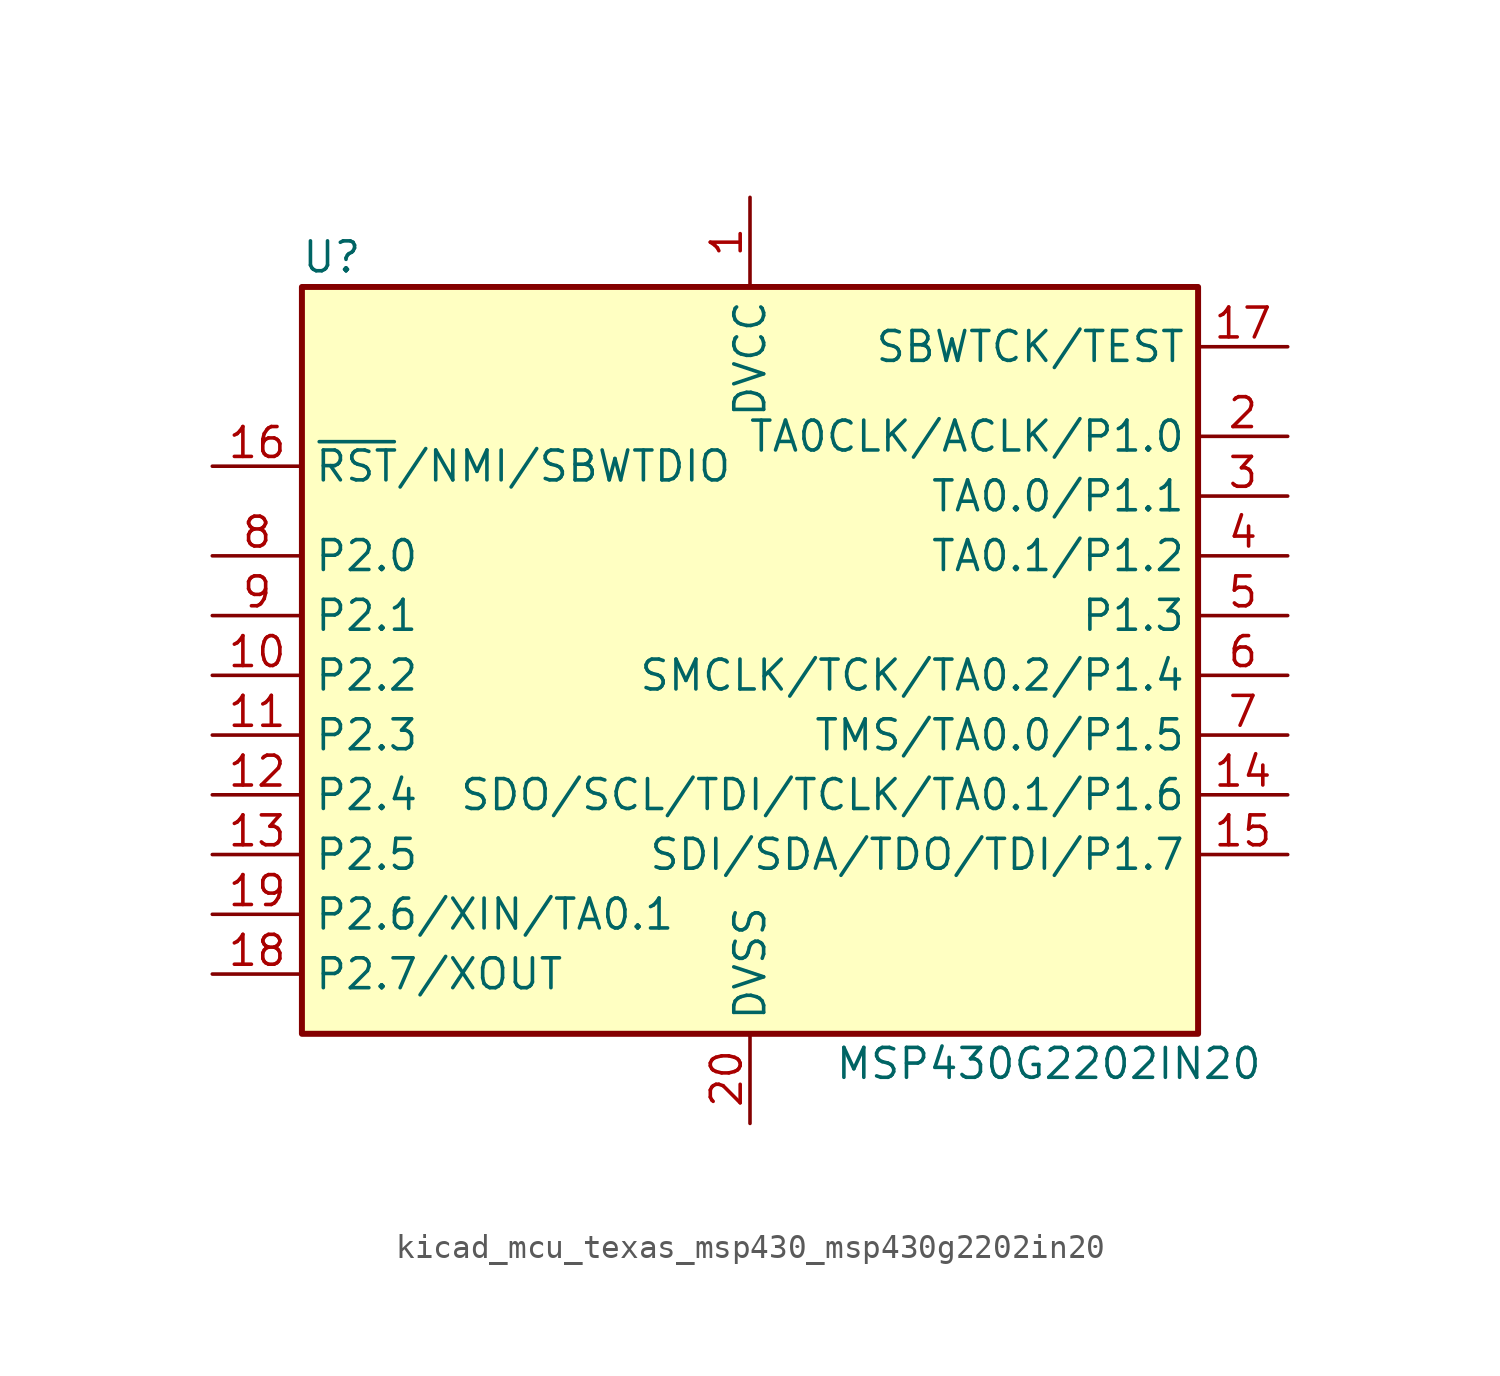
<source format=kicad_sym>
(kicad_symbol_lib
  (version 20220914)
  (generator kicad_symbol_editor)
  (symbol "kicad_mcu_texas_msp430_msp430g2202in20"
    (property "Reference" "U"
      (at -17.78 17.78 0)
      (effects (font (size 1.27 1.27))))
    (property "Value" "MSP430G2202IN20"
      (at 12.7 -16.51 0)
      (effects (font (size 1.27 1.27))))
    (symbol "kicad_mcu_texas_msp430_msp430g2202in20_0_1"
      (rectangle (start -19.05 16.51) (end 19.05 -15.24) (stroke (width 0.254) (type default)) (fill (type background))))
    (symbol "kicad_mcu_texas_msp430_msp430g2202in20_1_1"
      (pin power_in line (at 0 20.32 270) (length 3.81) (name "DVCC" (effects (font (size 1.27 1.27)))) (number "1" (effects (font (size 1.27 1.27)))))
      (pin bidirectional line (at -22.86 0 0) (length 3.81) (name "P2.2" (effects (font (size 1.27 1.27)))) (number "10" (effects (font (size 1.27 1.27)))))
      (pin bidirectional line (at -22.86 -2.54 0) (length 3.81) (name "P2.3" (effects (font (size 1.27 1.27)))) (number "11" (effects (font (size 1.27 1.27)))))
      (pin bidirectional line (at -22.86 -5.08 0) (length 3.81) (name "P2.4" (effects (font (size 1.27 1.27)))) (number "12" (effects (font (size 1.27 1.27)))))
      (pin bidirectional line (at -22.86 -7.62 0) (length 3.81) (name "P2.5" (effects (font (size 1.27 1.27)))) (number "13" (effects (font (size 1.27 1.27)))))
      (pin bidirectional line (at 22.86 -5.08 180) (length 3.81) (name "SDO/SCL/TDI/TCLK/TA0.1/P1.6" (effects (font (size 1.27 1.27)))) (number "14" (effects (font (size 1.27 1.27)))))
      (pin bidirectional line (at 22.86 -7.62 180) (length 3.81) (name "SDI/SDA/TDO/TDI/P1.7" (effects (font (size 1.27 1.27)))) (number "15" (effects (font (size 1.27 1.27)))))
      (pin input line (at -22.86 8.89 0) (length 3.81) (name "~{RST}/NMI/SBWTDIO" (effects (font (size 1.27 1.27)))) (number "16" (effects (font (size 1.27 1.27)))))
      (pin input line (at 22.86 13.97 180) (length 3.81) (name "SBWTCK/TEST" (effects (font (size 1.27 1.27)))) (number "17" (effects (font (size 1.27 1.27)))))
      (pin bidirectional line (at -22.86 -12.7 0) (length 3.81) (name "P2.7/XOUT" (effects (font (size 1.27 1.27)))) (number "18" (effects (font (size 1.27 1.27)))))
      (pin bidirectional line (at -22.86 -10.16 0) (length 3.81) (name "P2.6/XIN/TA0.1" (effects (font (size 1.27 1.27)))) (number "19" (effects (font (size 1.27 1.27)))))
      (pin bidirectional line (at 22.86 10.16 180) (length 3.81) (name "TA0CLK/ACLK/P1.0" (effects (font (size 1.27 1.27)))) (number "2" (effects (font (size 1.27 1.27)))))
      (pin power_in line (at 0 -19.05 90) (length 3.81) (name "DVSS" (effects (font (size 1.27 1.27)))) (number "20" (effects (font (size 1.27 1.27)))))
      (pin bidirectional line (at 22.86 7.62 180) (length 3.81) (name "TA0.0/P1.1" (effects (font (size 1.27 1.27)))) (number "3" (effects (font (size 1.27 1.27)))))
      (pin bidirectional line (at 22.86 5.08 180) (length 3.81) (name "TA0.1/P1.2" (effects (font (size 1.27 1.27)))) (number "4" (effects (font (size 1.27 1.27)))))
      (pin bidirectional line (at 22.86 2.54 180) (length 3.81) (name "P1.3" (effects (font (size 1.27 1.27)))) (number "5" (effects (font (size 1.27 1.27)))))
      (pin bidirectional line (at 22.86 0 180) (length 3.81) (name "SMCLK/TCK/TA0.2/P1.4" (effects (font (size 1.27 1.27)))) (number "6" (effects (font (size 1.27 1.27)))))
      (pin bidirectional line (at 22.86 -2.54 180) (length 3.81) (name "TMS/TA0.0/P1.5" (effects (font (size 1.27 1.27)))) (number "7" (effects (font (size 1.27 1.27)))))
      (pin bidirectional line (at -22.86 5.08 0) (length 3.81) (name "P2.0" (effects (font (size 1.27 1.27)))) (number "8" (effects (font (size 1.27 1.27)))))
      (pin bidirectional line (at -22.86 2.54 0) (length 3.81) (name "P2.1" (effects (font (size 1.27 1.27)))) (number "9" (effects (font (size 1.27 1.27))))))))
</source>
